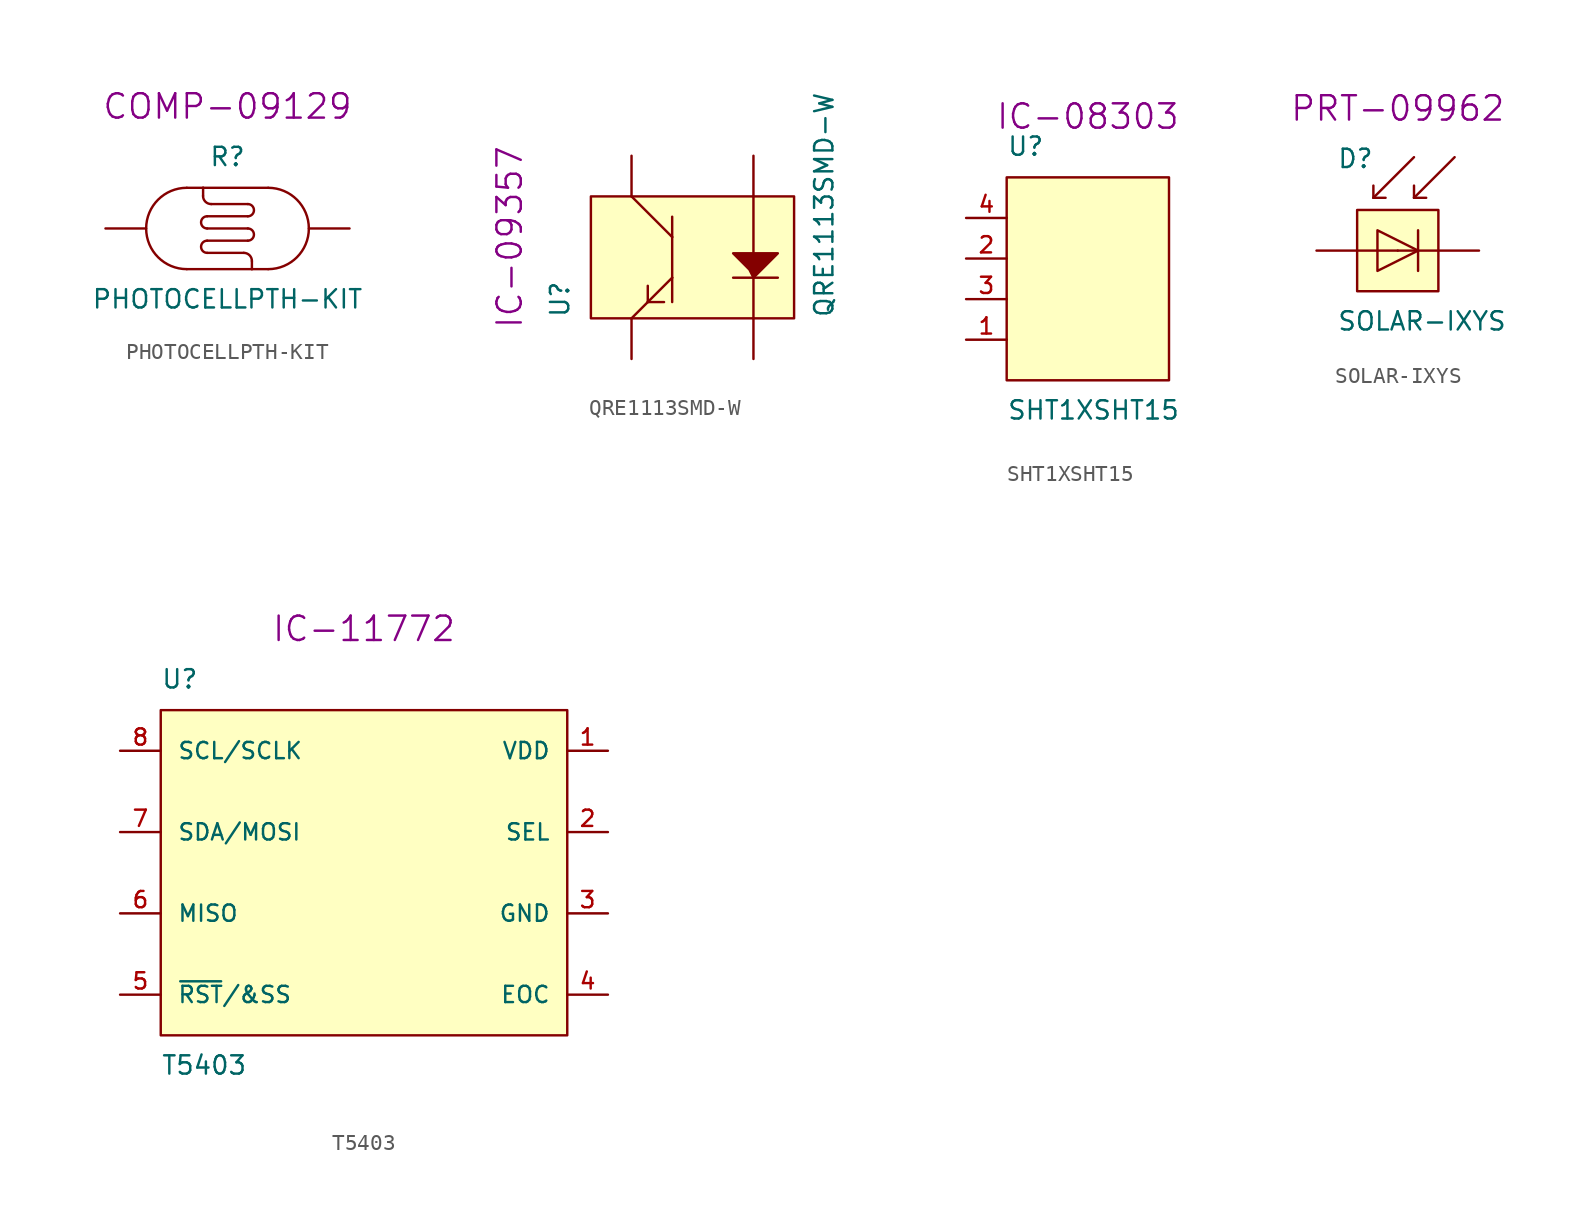
<source format=kicad_sym>
(kicad_symbol_lib
  (version 20220914)
  (generator kicad_symbol_editor)
  (symbol "PHOTOCELLPTH-KIT"
    (pin_numbers hide)
    (pin_names
      (offset 1.016) hide)
    (property "Reference" "R"
      (at 0 3.81 0)
      (effects (font (size 1.143 1.143)) (justify bottom)))
    (property "Value" "PHOTOCELLPTH-KIT"
      (at 0 -5.08 0)
      (effects (font (size 1.143 1.143)) (justify bottom)))
    (property "Field4" "COMP-09129"
      (at 0 7.62 0)
      (effects (font (size 1.524 1.524))))
    (property "ki_locked" ""
      (at 0 0 0)
      (effects (font (size 1.27 1.27))))
    (symbol "PHOTOCELLPTH-KIT_1_0"
      (polyline (pts (xy -1.524 2.54) (xy -2.54 2.54)) (stroke (width 0) (type solid)) (fill (type none)))
      (polyline (pts (xy -1.524 2.54) (xy -1.524 2.032)) (stroke (width 0) (type solid)) (fill (type none)))
      (polyline (pts (xy -1.27 -1.524) (xy 1.016 -1.524)) (stroke (width 0) (type solid)) (fill (type none)))
      (polyline (pts (xy -1.27 -0.762) (xy 1.27 -0.762)) (stroke (width 0) (type solid)) (fill (type none)))
      (polyline (pts (xy -1.27 0) (xy 1.27 0)) (stroke (width 0) (type solid)) (fill (type none)))
      (polyline (pts (xy -1.27 0.762) (xy 1.27 0.762)) (stroke (width 0) (type solid)) (fill (type none)))
      (polyline (pts (xy -1.016 1.524) (xy 1.27 1.524)) (stroke (width 0) (type solid)) (fill (type none)))
      (polyline (pts (xy 1.524 -2.54) (xy -2.54 -2.54)) (stroke (width 0) (type solid)) (fill (type none)))
      (polyline (pts (xy 1.524 -2.032) (xy 1.524 -2.54)) (stroke (width 0) (type solid)) (fill (type none)))
      (polyline (pts (xy 2.54 -2.54) (xy 1.524 -2.54)) (stroke (width 0) (type solid)) (fill (type none)))
      (polyline (pts (xy 2.54 2.54) (xy -1.524 2.54)) (stroke (width 0) (type solid)) (fill (type none))))
    (symbol "PHOTOCELLPTH-KIT_1_1"
      (arc (start -2.54 2.54) (mid -5.069 0) (end -2.54 -2.54) (stroke (width 0) (type solid)) (fill (type none)))
      (arc (start -1.524 2.032) (mid -1.3752 1.6728) (end -1.016 1.524) (stroke (width 0) (type solid)) (fill (type none)))
      (arc (start -1.27 -0.762) (mid -1.6494 -1.143) (end -1.27 -1.524) (stroke (width 0) (type solid)) (fill (type none)))
      (arc (start -1.27 0.762) (mid -1.6494 0.381) (end -1.27 0) (stroke (width 0) (type solid)) (fill (type none)))
      (arc (start 1.27 -0.762) (mid 1.6494 -0.381) (end 1.27 0) (stroke (width 0) (type solid)) (fill (type none)))
      (arc (start 1.27 0.762) (mid 1.6494 1.143) (end 1.27 1.524) (stroke (width 0) (type solid)) (fill (type none)))
      (arc (start 1.524 -2.032) (mid 1.3752 -1.6728) (end 1.016 -1.524) (stroke (width 0) (type solid)) (fill (type none)))
      (arc (start 2.54 -2.54) (mid 5.069 0) (end 2.54 2.54) (stroke (width 0) (type solid)) (fill (type none)))
      (pin bidirectional line (at -7.62 0 0) (length 2.54) (name "P$1" (effects (font (size 1.016 1.016)))) (number "1" (effects (font (size 1.016 1.016)))))
      (pin bidirectional line (at 7.62 0 180) (length 2.54) (name "P$2" (effects (font (size 1.016 1.016)))) (number "2" (effects (font (size 1.016 1.016)))))))
  (symbol "QRE1113SMD-W"
    (pin_numbers hide)
    (pin_names
      (offset 1.016) hide)
    (property "Reference" "U"
      (at -6.35 -5.08 90)
      (effects (font (size 1.143 1.143)) (justify left bottom)))
    (property "Value" "QRE1113SMD-W"
      (at 10.16 -5.08 90)
      (effects (font (size 1.143 1.143)) (justify left bottom)))
    (property "Field4" "IC-09357"
      (at -10.16 0 90)
      (effects (font (size 1.524 1.524))))
    (property "ki_locked" ""
      (at 0 0 0)
      (effects (font (size 1.27 1.27))))
    (symbol "QRE1113SMD-W_1_0"
      (polyline (pts (xy -2.54 2.54) (xy 0 0)) (stroke (width 0) (type solid)) (fill (type none)))
      (polyline (pts (xy -1.524 -4.064) (xy -2.54 -5.08)) (stroke (width 0) (type solid)) (fill (type none)))
      (polyline (pts (xy -1.524 -4.064) (xy -1.524 -3.048)) (stroke (width 0) (type solid)) (fill (type none)))
      (polyline (pts (xy -1.524 -4.064) (xy -0.508 -4.064)) (stroke (width 0) (type solid)) (fill (type none)))
      (polyline (pts (xy 0 -2.54) (xy -1.524 -4.064)) (stroke (width 0) (type solid)) (fill (type none)))
      (polyline (pts (xy 0 -2.54) (xy 0 -4.064)) (stroke (width 0) (type solid)) (fill (type none)))
      (polyline (pts (xy 0 0) (xy 0 -2.54)) (stroke (width 0) (type solid)) (fill (type none)))
      (polyline (pts (xy 0 0) (xy 0 1.27)) (stroke (width 0) (type solid)) (fill (type none)))
      (polyline (pts (xy 3.81 -2.54) (xy 5.08 -2.54)) (stroke (width 0) (type solid)) (fill (type none)))
      (polyline (pts (xy 5.08 -2.54) (xy 5.08 -5.08)) (stroke (width 0) (type solid)) (fill (type none)))
      (polyline (pts (xy 5.08 -2.54) (xy 6.604 -2.54)) (stroke (width 0) (type solid)) (fill (type none)))
      (polyline (pts (xy 5.08 2.54) (xy 5.08 -2.54)) (stroke (width 0) (type solid)) (fill (type none))))
    (symbol "QRE1113SMD-W_1_1"
      (polyline (pts (xy 5.08 -2.54) (xy 6.604 -1.016) (xy 6.604 -1.016) (xy 3.81 -1.016) (xy 3.81 -1.016) (xy 4.826 -2.032) (xy 4.826 -2.032) (xy 5.08 -2.54)) (stroke (width 0) (type solid)) (fill (type outline)))
      (polyline (pts (xy -5.08 2.54) (xy -5.08 -5.08) (xy -2.54 -5.08) (xy 5.08 -5.08) (xy 7.62 -5.08) (xy 7.62 2.54) (xy 5.08 2.54) (xy -2.54 2.54) (xy -5.08 2.54)) (stroke (width 0) (type solid)) (fill (type background)))
      (pin bidirectional line (at 5.08 5.08 270) (length 2.54) (name "A" (effects (font (size 1.016 1.016)))) (number "1" (effects (font (size 1.016 1.016)))))
      (pin bidirectional line (at 5.08 -7.62 90) (length 2.54) (name "K" (effects (font (size 1.016 1.016)))) (number "2" (effects (font (size 1.016 1.016)))))
      (pin bidirectional line (at -2.54 5.08 270) (length 2.54) (name "C" (effects (font (size 1.016 1.016)))) (number "3" (effects (font (size 1.016 1.016)))))
      (pin bidirectional line (at -2.54 -7.62 90) (length 2.54) (name "E" (effects (font (size 1.016 1.016)))) (number "4" (effects (font (size 1.016 1.016)))))))
  (symbol "SHT1XSHT15"
    (pin_names
      (offset 1.016) hide)
    (property "Reference" "U"
      (at -5.08 8.89 0)
      (effects (font (size 1.143 1.143)) (justify left bottom)))
    (property "Value" "SHT1XSHT15"
      (at -5.08 -7.62 0)
      (effects (font (size 1.143 1.143)) (justify left bottom)))
    (property "Field4" "IC-08303"
      (at 0 11.43 0)
      (effects (font (size 1.524 1.524))))
    (property "ki_locked" ""
      (at 0 0 0)
      (effects (font (size 1.27 1.27))))
    (symbol "SHT1XSHT15_1_1"
      (polyline (pts (xy 5.08 -5.08) (xy -5.08 -5.08) (xy -5.08 7.62) (xy 5.08 7.62) (xy 5.08 -5.08)) (stroke (width 0) (type solid)) (fill (type background)))
      (pin power_in line (at -7.62 -2.54 0) (length 2.54) (name "GND" (effects (font (size 1.016 1.016)))) (number "1" (effects (font (size 1.016 1.016)))))
      (pin bidirectional line (at -7.62 2.54 0) (length 2.54) (name "DATA" (effects (font (size 1.016 1.016)))) (number "2" (effects (font (size 1.016 1.016)))))
      (pin input line (at -7.62 0 0) (length 2.54) (name "SCK" (effects (font (size 1.016 1.016)))) (number "3" (effects (font (size 1.016 1.016)))))
      (pin power_in line (at -7.62 5.08 0) (length 2.54) (name "VDD" (effects (font (size 1.016 1.016)))) (number "4" (effects (font (size 1.016 1.016)))))))
  (symbol "SOLAR-IXYS"
    (pin_numbers hide)
    (pin_names
      (offset 1.016) hide)
    (property "Reference" "D"
      (at -3.81 5.08 0)
      (effects (font (size 1.143 1.143)) (justify left bottom)))
    (property "Value" "SOLAR-IXYS"
      (at -3.81 -5.08 0)
      (effects (font (size 1.143 1.143)) (justify left bottom)))
    (property "Field4" "PRT-09962"
      (at 0 8.89 0)
      (effects (font (size 1.524 1.524))))
    (property "ki_locked" ""
      (at 0 0 0)
      (effects (font (size 1.27 1.27))))
    (symbol "SOLAR-IXYS_1_0"
      (polyline (pts (xy -1.524 3.302) (xy -1.524 4.064)) (stroke (width 0) (type solid)) (fill (type none)))
      (polyline (pts (xy -1.524 3.302) (xy -0.762 3.302)) (stroke (width 0) (type solid)) (fill (type none)))
      (polyline (pts (xy -1.524 3.302) (xy 1.016 5.842)) (stroke (width 0) (type solid)) (fill (type none)))
      (polyline (pts (xy 1.016 3.302) (xy 1.016 4.064)) (stroke (width 0) (type solid)) (fill (type none)))
      (polyline (pts (xy 1.016 3.302) (xy 1.778 3.302)) (stroke (width 0) (type solid)) (fill (type none)))
      (polyline (pts (xy 1.016 3.302) (xy 3.556 5.842)) (stroke (width 0) (type solid)) (fill (type none)))
      (polyline (pts (xy 1.27 0) (xy 1.27 -1.27)) (stroke (width 0) (type solid)) (fill (type none)))
      (polyline (pts (xy 1.27 1.27) (xy 1.27 0)) (stroke (width 0) (type solid)) (fill (type none))))
    (symbol "SOLAR-IXYS_1_1"
      (polyline (pts (xy -1.27 -1.27) (xy 1.27 0) (xy -1.27 1.27) (xy -1.27 -1.27)) (stroke (width 0) (type solid)) (fill (type background)))
      (polyline (pts (xy -2.54 2.54) (xy -2.54 -2.54) (xy 2.54 -2.54) (xy 2.54 2.54) (xy -2.54 2.54)) (stroke (width 0) (type solid)) (fill (type background)))
      (pin passive line (at 5.08 0 180) (length 5.08) (name "C" (effects (font (size 1.016 1.016)))) (number "5" (effects (font (size 1.016 1.016)))))
      (pin passive line (at -5.08 0 0) (length 5.08) (name "A" (effects (font (size 1.016 1.016)))) (number "8" (effects (font (size 1.016 1.016)))))))
  (symbol "T5403"
    (pin_names
      (offset 1.016))
    (property "Reference" "U"
      (at -12.7 11.43 0)
      (effects (font (size 1.143 1.143)) (justify left bottom)))
    (property "Value" "T5403"
      (at -12.7 -12.7 0)
      (effects (font (size 1.143 1.143)) (justify left bottom)))
    (property "Field4" "IC-11772"
      (at 0 15.24 0)
      (effects (font (size 1.524 1.524))))
    (property "ki_locked" ""
      (at 0 0 0)
      (effects (font (size 1.27 1.27))))
    (symbol "T5403_1_1"
      (polyline (pts (xy -12.7 10.16) (xy 12.7 10.16) (xy 12.7 -10.16) (xy -12.7 -10.16) (xy -12.7 10.16)) (stroke (width 0) (type solid)) (fill (type background)))
      (pin bidirectional line (at 15.24 7.62 180) (length 2.54) (name "VDD" (effects (font (size 1.016 1.016)))) (number "1" (effects (font (size 1.016 1.016)))))
      (pin bidirectional line (at 15.24 2.54 180) (length 2.54) (name "SEL" (effects (font (size 1.016 1.016)))) (number "2" (effects (font (size 1.016 1.016)))))
      (pin bidirectional line (at 15.24 -2.54 180) (length 2.54) (name "GND" (effects (font (size 1.016 1.016)))) (number "3" (effects (font (size 1.016 1.016)))))
      (pin bidirectional line (at 15.24 -7.62 180) (length 2.54) (name "EOC" (effects (font (size 1.016 1.016)))) (number "4" (effects (font (size 1.016 1.016)))))
      (pin bidirectional line (at -15.24 -7.62 0) (length 2.54) (name "~{RST}/&SS" (effects (font (size 1.016 1.016)))) (number "5" (effects (font (size 1.016 1.016)))))
      (pin bidirectional line (at -15.24 -2.54 0) (length 2.54) (name "MISO" (effects (font (size 1.016 1.016)))) (number "6" (effects (font (size 1.016 1.016)))))
      (pin bidirectional line (at -15.24 2.54 0) (length 2.54) (name "SDA/MOSI" (effects (font (size 1.016 1.016)))) (number "7" (effects (font (size 1.016 1.016)))))
      (pin bidirectional line (at -15.24 7.62 0) (length 2.54) (name "SCL/SCLK" (effects (font (size 1.016 1.016)))) (number "8" (effects (font (size 1.016 1.016))))))))
</source>
